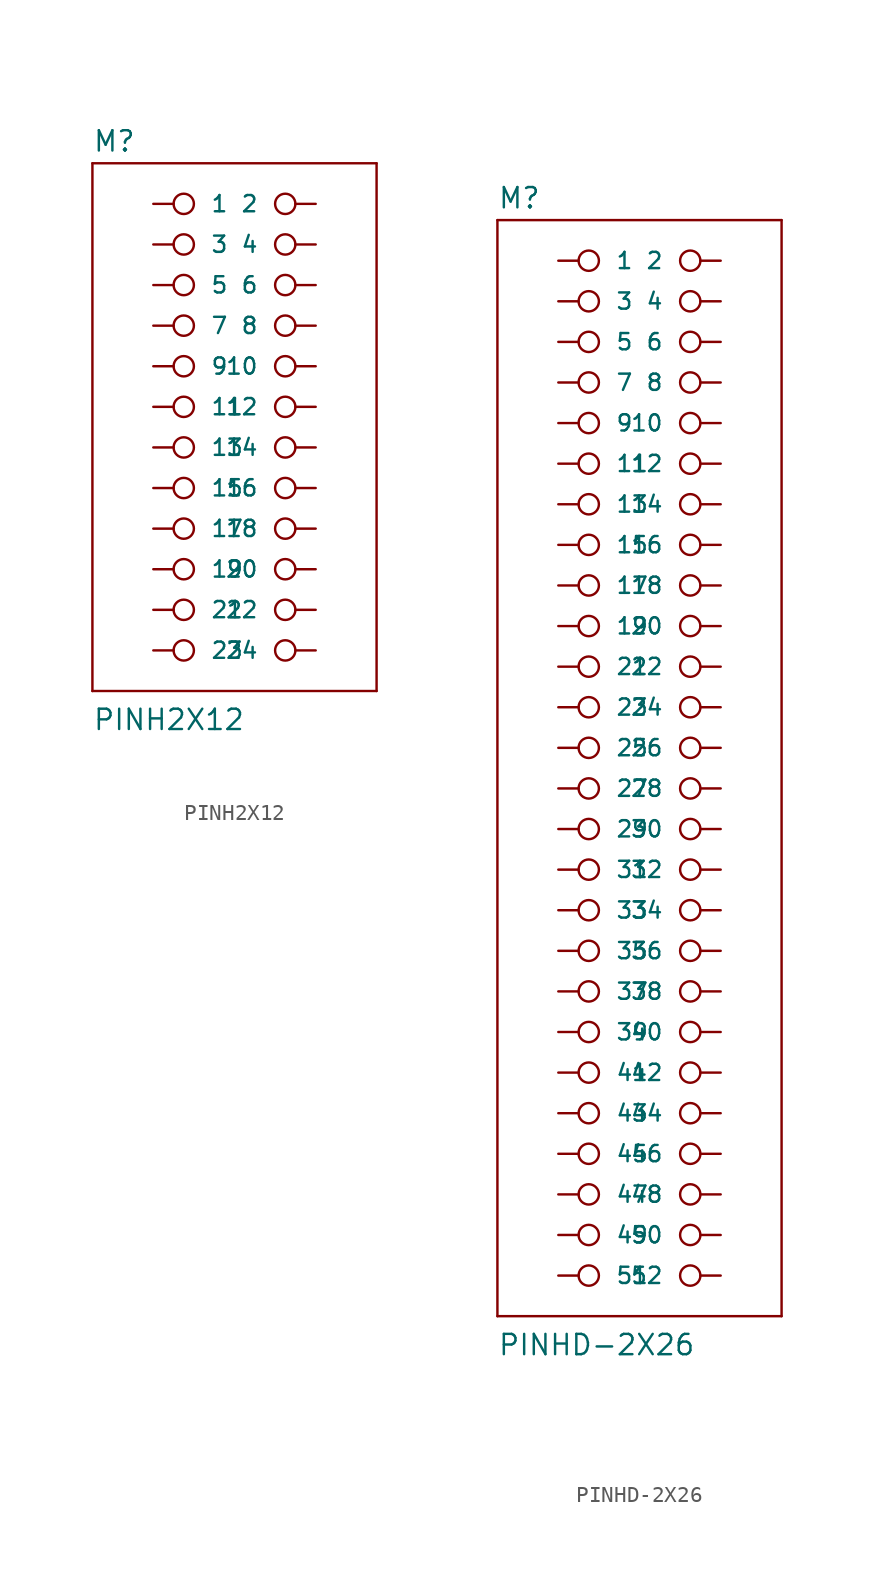
<source format=kicad_sym>
(kicad_symbol_lib
  (version 20211014)
  (generator kicad_symbol_editor)
  (symbol "PINH2X12"
    (pin_numbers hide)
    (pin_names
      (offset 1.016))
    (property "Reference" "M"
      (at -8.89 15.875 0)
      (effects (font (size 1.27 1.27)) (justify left bottom)))
    (property "Value" "PINH2X12"
      (at -8.89 -20.32 0)
      (effects (font (size 1.27 1.27)) (justify left bottom)))
    (property "Datasheet" ""
      (at 0 0 0)
      (effects (font (size 1.524 1.524))))
    (property "ki_locked" ""
      (at 0 0 0)
      (effects (font (size 1.27 1.27))))
    (symbol "PINH2X12_1_0"
      (polyline (pts (xy -8.89 -17.78) (xy 8.89 -17.78)) (stroke (width 0) (type default) (color 0 0 0 0)) (fill (type none)))
      (polyline (pts (xy -8.89 15.24) (xy -8.89 -17.78)) (stroke (width 0) (type default) (color 0 0 0 0)) (fill (type none)))
      (polyline (pts (xy 8.89 -17.78) (xy 8.89 15.24)) (stroke (width 0) (type default) (color 0 0 0 0)) (fill (type none)))
      (polyline (pts (xy 8.89 15.24) (xy -8.89 15.24)) (stroke (width 0) (type default) (color 0 0 0 0)) (fill (type none))))
    (symbol "PINH2X12_1_1"
      (pin passive inverted (at -5.08 12.7 0) (length 2.54) (name "1" (effects (font (size 1.016 1.016)))) (number "1" (effects (font (size 1.016 1.016)))))
      (pin passive inverted (at 5.08 2.54 180) (length 2.54) (name "10" (effects (font (size 1.016 1.016)))) (number "10" (effects (font (size 1.016 1.016)))))
      (pin passive inverted (at -5.08 0 0) (length 2.54) (name "11" (effects (font (size 1.016 1.016)))) (number "11" (effects (font (size 1.016 1.016)))))
      (pin passive inverted (at 5.08 0 180) (length 2.54) (name "12" (effects (font (size 1.016 1.016)))) (number "12" (effects (font (size 1.016 1.016)))))
      (pin passive inverted (at -5.08 -2.54 0) (length 2.54) (name "13" (effects (font (size 1.016 1.016)))) (number "13" (effects (font (size 1.016 1.016)))))
      (pin passive inverted (at 5.08 -2.54 180) (length 2.54) (name "14" (effects (font (size 1.016 1.016)))) (number "14" (effects (font (size 1.016 1.016)))))
      (pin passive inverted (at -5.08 -5.08 0) (length 2.54) (name "15" (effects (font (size 1.016 1.016)))) (number "15" (effects (font (size 1.016 1.016)))))
      (pin passive inverted (at 5.08 -5.08 180) (length 2.54) (name "16" (effects (font (size 1.016 1.016)))) (number "16" (effects (font (size 1.016 1.016)))))
      (pin passive inverted (at -5.08 -7.62 0) (length 2.54) (name "17" (effects (font (size 1.016 1.016)))) (number "17" (effects (font (size 1.016 1.016)))))
      (pin passive inverted (at 5.08 -7.62 180) (length 2.54) (name "18" (effects (font (size 1.016 1.016)))) (number "18" (effects (font (size 1.016 1.016)))))
      (pin passive inverted (at -5.08 -10.16 0) (length 2.54) (name "19" (effects (font (size 1.016 1.016)))) (number "19" (effects (font (size 1.016 1.016)))))
      (pin passive inverted (at 5.08 12.7 180) (length 2.54) (name "2" (effects (font (size 1.016 1.016)))) (number "2" (effects (font (size 1.016 1.016)))))
      (pin passive inverted (at 5.08 -10.16 180) (length 2.54) (name "20" (effects (font (size 1.016 1.016)))) (number "20" (effects (font (size 1.016 1.016)))))
      (pin passive inverted (at -5.08 -12.7 0) (length 2.54) (name "21" (effects (font (size 1.016 1.016)))) (number "21" (effects (font (size 1.016 1.016)))))
      (pin passive inverted (at 5.08 -12.7 180) (length 2.54) (name "22" (effects (font (size 1.016 1.016)))) (number "22" (effects (font (size 1.016 1.016)))))
      (pin passive inverted (at -5.08 -15.24 0) (length 2.54) (name "23" (effects (font (size 1.016 1.016)))) (number "23" (effects (font (size 1.016 1.016)))))
      (pin passive inverted (at 5.08 -15.24 180) (length 2.54) (name "24" (effects (font (size 1.016 1.016)))) (number "24" (effects (font (size 1.016 1.016)))))
      (pin passive inverted (at -5.08 10.16 0) (length 2.54) (name "3" (effects (font (size 1.016 1.016)))) (number "3" (effects (font (size 1.016 1.016)))))
      (pin passive inverted (at 5.08 10.16 180) (length 2.54) (name "4" (effects (font (size 1.016 1.016)))) (number "4" (effects (font (size 1.016 1.016)))))
      (pin passive inverted (at -5.08 7.62 0) (length 2.54) (name "5" (effects (font (size 1.016 1.016)))) (number "5" (effects (font (size 1.016 1.016)))))
      (pin passive inverted (at 5.08 7.62 180) (length 2.54) (name "6" (effects (font (size 1.016 1.016)))) (number "6" (effects (font (size 1.016 1.016)))))
      (pin passive inverted (at -5.08 5.08 0) (length 2.54) (name "7" (effects (font (size 1.016 1.016)))) (number "7" (effects (font (size 1.016 1.016)))))
      (pin passive inverted (at 5.08 5.08 180) (length 2.54) (name "8" (effects (font (size 1.016 1.016)))) (number "8" (effects (font (size 1.016 1.016)))))
      (pin passive inverted (at -5.08 2.54 0) (length 2.54) (name "9" (effects (font (size 1.016 1.016)))) (number "9" (effects (font (size 1.016 1.016)))))))
  (symbol "PINHD-2X26"
    (pin_numbers hide)
    (pin_names
      (offset 1.016))
    (property "Reference" "M"
      (at -8.89 33.655 0)
      (effects (font (size 1.27 1.27)) (justify left bottom)))
    (property "Value" "PINHD-2X26"
      (at -8.89 -38.1 0)
      (effects (font (size 1.27 1.27)) (justify left bottom)))
    (property "Datasheet" ""
      (at 0 0 0)
      (effects (font (size 1.524 1.524))))
    (property "ki_locked" ""
      (at 0 0 0)
      (effects (font (size 1.27 1.27))))
    (symbol "PINHD-2X26_1_0"
      (polyline (pts (xy -8.89 -35.56) (xy 8.89 -35.56)) (stroke (width 0) (type default) (color 0 0 0 0)) (fill (type none)))
      (polyline (pts (xy -8.89 33.02) (xy -8.89 -35.56)) (stroke (width 0) (type default) (color 0 0 0 0)) (fill (type none)))
      (polyline (pts (xy 8.89 -35.56) (xy 8.89 33.02)) (stroke (width 0) (type default) (color 0 0 0 0)) (fill (type none)))
      (polyline (pts (xy 8.89 33.02) (xy -8.89 33.02)) (stroke (width 0) (type default) (color 0 0 0 0)) (fill (type none))))
    (symbol "PINHD-2X26_1_1"
      (pin passive inverted (at -5.08 30.48 0) (length 2.54) (name "1" (effects (font (size 1.016 1.016)))) (number "1" (effects (font (size 1.016 1.016)))))
      (pin passive inverted (at 5.08 20.32 180) (length 2.54) (name "10" (effects (font (size 1.016 1.016)))) (number "10" (effects (font (size 1.016 1.016)))))
      (pin passive inverted (at -5.08 17.78 0) (length 2.54) (name "11" (effects (font (size 1.016 1.016)))) (number "11" (effects (font (size 1.016 1.016)))))
      (pin passive inverted (at 5.08 17.78 180) (length 2.54) (name "12" (effects (font (size 1.016 1.016)))) (number "12" (effects (font (size 1.016 1.016)))))
      (pin passive inverted (at -5.08 15.24 0) (length 2.54) (name "13" (effects (font (size 1.016 1.016)))) (number "13" (effects (font (size 1.016 1.016)))))
      (pin passive inverted (at 5.08 15.24 180) (length 2.54) (name "14" (effects (font (size 1.016 1.016)))) (number "14" (effects (font (size 1.016 1.016)))))
      (pin passive inverted (at -5.08 12.7 0) (length 2.54) (name "15" (effects (font (size 1.016 1.016)))) (number "15" (effects (font (size 1.016 1.016)))))
      (pin passive inverted (at 5.08 12.7 180) (length 2.54) (name "16" (effects (font (size 1.016 1.016)))) (number "16" (effects (font (size 1.016 1.016)))))
      (pin passive inverted (at -5.08 10.16 0) (length 2.54) (name "17" (effects (font (size 1.016 1.016)))) (number "17" (effects (font (size 1.016 1.016)))))
      (pin passive inverted (at 5.08 10.16 180) (length 2.54) (name "18" (effects (font (size 1.016 1.016)))) (number "18" (effects (font (size 1.016 1.016)))))
      (pin passive inverted (at -5.08 7.62 0) (length 2.54) (name "19" (effects (font (size 1.016 1.016)))) (number "19" (effects (font (size 1.016 1.016)))))
      (pin passive inverted (at 5.08 30.48 180) (length 2.54) (name "2" (effects (font (size 1.016 1.016)))) (number "2" (effects (font (size 1.016 1.016)))))
      (pin passive inverted (at 5.08 7.62 180) (length 2.54) (name "20" (effects (font (size 1.016 1.016)))) (number "20" (effects (font (size 1.016 1.016)))))
      (pin passive inverted (at -5.08 5.08 0) (length 2.54) (name "21" (effects (font (size 1.016 1.016)))) (number "21" (effects (font (size 1.016 1.016)))))
      (pin passive inverted (at 5.08 5.08 180) (length 2.54) (name "22" (effects (font (size 1.016 1.016)))) (number "22" (effects (font (size 1.016 1.016)))))
      (pin passive inverted (at -5.08 2.54 0) (length 2.54) (name "23" (effects (font (size 1.016 1.016)))) (number "23" (effects (font (size 1.016 1.016)))))
      (pin passive inverted (at 5.08 2.54 180) (length 2.54) (name "24" (effects (font (size 1.016 1.016)))) (number "24" (effects (font (size 1.016 1.016)))))
      (pin passive inverted (at -5.08 0 0) (length 2.54) (name "25" (effects (font (size 1.016 1.016)))) (number "25" (effects (font (size 1.016 1.016)))))
      (pin passive inverted (at 5.08 0 180) (length 2.54) (name "26" (effects (font (size 1.016 1.016)))) (number "26" (effects (font (size 1.016 1.016)))))
      (pin passive inverted (at -5.08 -2.54 0) (length 2.54) (name "27" (effects (font (size 1.016 1.016)))) (number "27" (effects (font (size 1.016 1.016)))))
      (pin passive inverted (at 5.08 -2.54 180) (length 2.54) (name "28" (effects (font (size 1.016 1.016)))) (number "28" (effects (font (size 1.016 1.016)))))
      (pin passive inverted (at -5.08 -5.08 0) (length 2.54) (name "29" (effects (font (size 1.016 1.016)))) (number "29" (effects (font (size 1.016 1.016)))))
      (pin passive inverted (at -5.08 27.94 0) (length 2.54) (name "3" (effects (font (size 1.016 1.016)))) (number "3" (effects (font (size 1.016 1.016)))))
      (pin passive inverted (at 5.08 -5.08 180) (length 2.54) (name "30" (effects (font (size 1.016 1.016)))) (number "30" (effects (font (size 1.016 1.016)))))
      (pin passive inverted (at -5.08 -7.62 0) (length 2.54) (name "31" (effects (font (size 1.016 1.016)))) (number "31" (effects (font (size 1.016 1.016)))))
      (pin passive inverted (at 5.08 -7.62 180) (length 2.54) (name "32" (effects (font (size 1.016 1.016)))) (number "32" (effects (font (size 1.016 1.016)))))
      (pin passive inverted (at -5.08 -10.16 0) (length 2.54) (name "33" (effects (font (size 1.016 1.016)))) (number "33" (effects (font (size 1.016 1.016)))))
      (pin passive inverted (at 5.08 -10.16 180) (length 2.54) (name "34" (effects (font (size 1.016 1.016)))) (number "34" (effects (font (size 1.016 1.016)))))
      (pin passive inverted (at -5.08 -12.7 0) (length 2.54) (name "35" (effects (font (size 1.016 1.016)))) (number "35" (effects (font (size 1.016 1.016)))))
      (pin passive inverted (at 5.08 -12.7 180) (length 2.54) (name "36" (effects (font (size 1.016 1.016)))) (number "36" (effects (font (size 1.016 1.016)))))
      (pin passive inverted (at -5.08 -15.24 0) (length 2.54) (name "37" (effects (font (size 1.016 1.016)))) (number "37" (effects (font (size 1.016 1.016)))))
      (pin passive inverted (at 5.08 -15.24 180) (length 2.54) (name "38" (effects (font (size 1.016 1.016)))) (number "38" (effects (font (size 1.016 1.016)))))
      (pin passive inverted (at -5.08 -17.78 0) (length 2.54) (name "39" (effects (font (size 1.016 1.016)))) (number "39" (effects (font (size 1.016 1.016)))))
      (pin passive inverted (at 5.08 27.94 180) (length 2.54) (name "4" (effects (font (size 1.016 1.016)))) (number "4" (effects (font (size 1.016 1.016)))))
      (pin passive inverted (at 5.08 -17.78 180) (length 2.54) (name "40" (effects (font (size 1.016 1.016)))) (number "40" (effects (font (size 1.016 1.016)))))
      (pin passive inverted (at -5.08 -20.32 0) (length 2.54) (name "41" (effects (font (size 1.016 1.016)))) (number "41" (effects (font (size 1.016 1.016)))))
      (pin passive inverted (at 5.08 -20.32 180) (length 2.54) (name "42" (effects (font (size 1.016 1.016)))) (number "42" (effects (font (size 1.016 1.016)))))
      (pin passive inverted (at -5.08 -22.86 0) (length 2.54) (name "43" (effects (font (size 1.016 1.016)))) (number "43" (effects (font (size 1.016 1.016)))))
      (pin passive inverted (at 5.08 -22.86 180) (length 2.54) (name "44" (effects (font (size 1.016 1.016)))) (number "44" (effects (font (size 1.016 1.016)))))
      (pin passive inverted (at -5.08 -25.4 0) (length 2.54) (name "45" (effects (font (size 1.016 1.016)))) (number "45" (effects (font (size 1.016 1.016)))))
      (pin passive inverted (at 5.08 -25.4 180) (length 2.54) (name "46" (effects (font (size 1.016 1.016)))) (number "46" (effects (font (size 1.016 1.016)))))
      (pin passive inverted (at -5.08 -27.94 0) (length 2.54) (name "47" (effects (font (size 1.016 1.016)))) (number "47" (effects (font (size 1.016 1.016)))))
      (pin passive inverted (at 5.08 -27.94 180) (length 2.54) (name "48" (effects (font (size 1.016 1.016)))) (number "48" (effects (font (size 1.016 1.016)))))
      (pin passive inverted (at -5.08 -30.48 0) (length 2.54) (name "49" (effects (font (size 1.016 1.016)))) (number "49" (effects (font (size 1.016 1.016)))))
      (pin passive inverted (at -5.08 25.4 0) (length 2.54) (name "5" (effects (font (size 1.016 1.016)))) (number "5" (effects (font (size 1.016 1.016)))))
      (pin passive inverted (at 5.08 -30.48 180) (length 2.54) (name "50" (effects (font (size 1.016 1.016)))) (number "50" (effects (font (size 1.016 1.016)))))
      (pin passive inverted (at -5.08 -33.02 0) (length 2.54) (name "51" (effects (font (size 1.016 1.016)))) (number "51" (effects (font (size 1.016 1.016)))))
      (pin passive inverted (at 5.08 -33.02 180) (length 2.54) (name "52" (effects (font (size 1.016 1.016)))) (number "52" (effects (font (size 1.016 1.016)))))
      (pin passive inverted (at 5.08 25.4 180) (length 2.54) (name "6" (effects (font (size 1.016 1.016)))) (number "6" (effects (font (size 1.016 1.016)))))
      (pin passive inverted (at -5.08 22.86 0) (length 2.54) (name "7" (effects (font (size 1.016 1.016)))) (number "7" (effects (font (size 1.016 1.016)))))
      (pin passive inverted (at 5.08 22.86 180) (length 2.54) (name "8" (effects (font (size 1.016 1.016)))) (number "8" (effects (font (size 1.016 1.016)))))
      (pin passive inverted (at -5.08 20.32 0) (length 2.54) (name "9" (effects (font (size 1.016 1.016)))) (number "9" (effects (font (size 1.016 1.016))))))))
</source>
